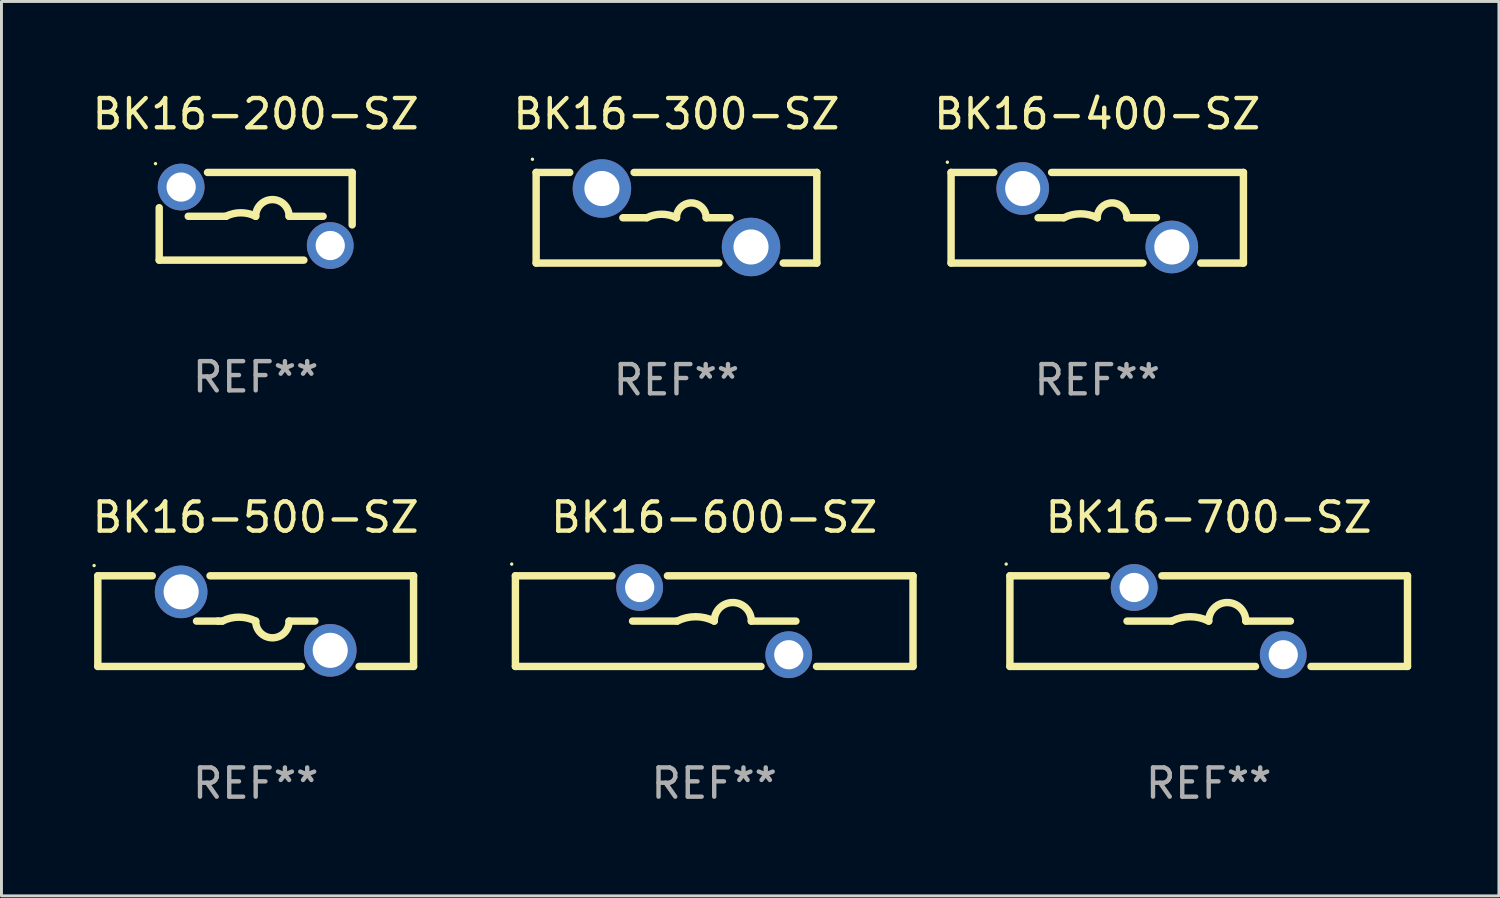
<source format=kicad_pcb>
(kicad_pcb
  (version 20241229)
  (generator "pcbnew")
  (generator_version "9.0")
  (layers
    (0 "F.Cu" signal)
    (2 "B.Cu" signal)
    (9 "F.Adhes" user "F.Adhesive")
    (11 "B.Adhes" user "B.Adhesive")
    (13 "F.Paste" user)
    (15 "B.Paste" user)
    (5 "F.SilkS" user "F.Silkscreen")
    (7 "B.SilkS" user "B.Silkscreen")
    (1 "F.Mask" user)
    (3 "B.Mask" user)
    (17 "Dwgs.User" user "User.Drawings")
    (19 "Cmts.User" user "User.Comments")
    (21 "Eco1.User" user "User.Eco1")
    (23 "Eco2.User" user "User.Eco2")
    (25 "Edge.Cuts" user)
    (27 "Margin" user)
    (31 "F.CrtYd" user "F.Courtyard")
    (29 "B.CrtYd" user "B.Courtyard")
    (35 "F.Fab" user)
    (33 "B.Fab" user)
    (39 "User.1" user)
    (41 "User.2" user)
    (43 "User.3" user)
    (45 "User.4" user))
  (footprint "BK16-600-SZ"
    (layer "F.Cu")
    (at 21.38 18.195)
    (property "Reference" "BK16-600-SZ" (at 0 -3.55 0) (layer "F.SilkS") (effects (font (size 1 1) (thickness 0.15))))
    (attr through_hole)
    (fp_line (start -6.8 -1.55) (end -3.5 -1.55) (stroke (width 0.254) (type solid)) (layer "F.SilkS"))
    (fp_line (start -6.8 1.55) (end -6.8 -1.55) (stroke (width 0.254) (type solid)) (layer "F.SilkS"))
    (fp_line (start -6.8 1.55) (end 1.6 1.55) (stroke (width 0.254) (type solid)) (layer "F.SilkS"))
    (fp_line (start -2.794 0) (end -1.27 0) (stroke (width 0.254) (type solid)) (layer "F.SilkS"))
    (fp_line (start -1.6 -1.55) (end 6.8 -1.55) (stroke (width 0.254) (type solid)) (layer "F.SilkS"))
    (fp_line (start 2.794 0) (end 1.27 0) (stroke (width 0.254) (type solid)) (layer "F.SilkS"))
    (fp_line (start 3.5 1.55) (end 6.8 1.55) (stroke (width 0.254) (type solid)) (layer "F.SilkS"))
    (fp_line (start 6.8 -1.55) (end 6.8 1.55) (stroke (width 0.254) (type solid)) (layer "F.SilkS"))
    (fp_arc (start -1.270003 0) (mid -0.635002 -0.149901) (end 0 -0.000001) (stroke (width 0.254001) (type solid)) (layer "F.SilkS"))
    (fp_arc (start -0.000001 0) (mid 0.635001 -0.635002) (end 1.270003 0) (stroke (width 0.254001) (type solid)) (layer "F.SilkS"))
    (fp_circle (center -6.927 -1.95) (end -6.897 -1.95) (stroke (width 0.06) (type solid)) (fill no) (layer "F.SilkS"))
    (fp_text user "REF**" (at 0 5.55 0) (layer "F.Fab") (effects (font (size 1 1) (thickness 0.15))))
    (pad "1" thru_hole circle (at -2.55 -1.15) (size 1.6 1.6) (drill 1) (layers "*.Cu" "*.Mask"))
    (pad "2" thru_hole circle (at 2.55 1.15) (size 1.6 1.6) (drill 1) (layers "*.Cu" "*.Mask")))
  (footprint "BK16-700-SZ"
    (layer "F.Cu")
    (at 38.294 18.195)
    (property "Reference" "BK16-700-SZ" (at 0 -3.55 0) (layer "F.SilkS") (effects (font (size 1 1) (thickness 0.15))))
    (attr through_hole)
    (fp_line (start -6.8 -1.55) (end -3.5 -1.55) (stroke (width 0.254) (type solid)) (layer "F.SilkS"))
    (fp_line (start -6.8 1.55) (end -6.8 -1.55) (stroke (width 0.254) (type solid)) (layer "F.SilkS"))
    (fp_line (start -6.8 1.55) (end 1.6 1.55) (stroke (width 0.254) (type solid)) (layer "F.SilkS"))
    (fp_line (start -2.794 0) (end -1.27 0) (stroke (width 0.254) (type solid)) (layer "F.SilkS"))
    (fp_line (start -1.6 -1.55) (end 6.8 -1.55) (stroke (width 0.254) (type solid)) (layer "F.SilkS"))
    (fp_line (start 2.794 0) (end 1.27 0) (stroke (width 0.254) (type solid)) (layer "F.SilkS"))
    (fp_line (start 3.5 1.55) (end 6.8 1.55) (stroke (width 0.254) (type solid)) (layer "F.SilkS"))
    (fp_line (start 6.8 -1.55) (end 6.8 1.55) (stroke (width 0.254) (type solid)) (layer "F.SilkS"))
    (fp_arc (start -1.270003 0) (mid -0.635002 -0.149901) (end 0 -0.000001) (stroke (width 0.254001) (type solid)) (layer "F.SilkS"))
    (fp_arc (start -0.000001 0) (mid 0.635001 -0.635002) (end 1.270003 0) (stroke (width 0.254001) (type solid)) (layer "F.SilkS"))
    (fp_circle (center -6.927 -1.95) (end -6.897 -1.95) (stroke (width 0.06) (type solid)) (fill no) (layer "F.SilkS"))
    (fp_text user "REF**" (at 0 5.55 0) (layer "F.Fab") (effects (font (size 1 1) (thickness 0.15))))
    (pad "1" thru_hole circle (at -2.55 -1.15) (size 1.6 1.6) (drill 1) (layers "*.Cu" "*.Mask"))
    (pad "2" thru_hole circle (at 2.55 1.15) (size 1.6 1.6) (drill 1) (layers "*.Cu" "*.Mask")))
  (footprint "BK16-200-SZ"
    (layer "F.Cu")
    (at 5.696 4.348)
    (property "Reference" "BK16-200-SZ" (at 0 -3.5 0) (layer "F.SilkS") (effects (font (size 1 1) (thickness 0.15))))
    (attr through_hole)
    (fp_line (start -3.3 1.5) (end -3.3 -0.294) (stroke (width 0.254) (type solid)) (layer "F.SilkS"))
    (fp_line (start -2.307 0) (end -1.016 0) (stroke (width 0.254) (type solid)) (layer "F.SilkS"))
    (fp_line (start -1.648 -1.5) (end 3.3 -1.5) (stroke (width 0.254) (type solid)) (layer "F.SilkS"))
    (fp_line (start 1.648 1.5) (end -3.3 1.5) (stroke (width 0.254) (type solid)) (layer "F.SilkS"))
    (fp_line (start 2.306 0) (end 1.143 0) (stroke (width 0.254) (type solid)) (layer "F.SilkS"))
    (fp_line (start 3.3 -1.5) (end 3.3 0.294) (stroke (width 0.254) (type solid)) (layer "F.SilkS"))
    (fp_arc (start -1.016015 0) (mid -0.508014 -0.119923) (end -0.000013 0) (stroke (width 0.254001) (type solid)) (layer "F.SilkS"))
    (fp_arc (start -0.000266 0.000508) (mid 0.571108 -0.57112) (end 1.14299 0) (stroke (width 0.254001) (type solid)) (layer "F.SilkS"))
    (fp_circle (center -3.427 -1.8) (end -3.397 -1.8) (stroke (width 0.06) (type solid)) (fill no) (layer "F.SilkS"))
    (fp_text user "REF**" (at 0 5.5 0) (layer "F.Fab") (effects (font (size 1 1) (thickness 0.15))))
    (pad "1" thru_hole circle (at -2.55 -1) (size 1.6 1.6) (drill 1) (layers "*.Cu" "*.Mask"))
    (pad "2" thru_hole circle (at 2.55 1) (size 1.6 1.6) (drill 1) (layers "*.Cu" "*.Mask")))
  (footprint "BK16-500-SZ"
    (layer "F.Cu")
    (at 5.696 18.195)
    (property "Reference" "BK16-500-SZ" (at 0 -3.55 0) (layer "F.SilkS") (effects (font (size 1 1) (thickness 0.15))))
    (attr through_hole)
    (fp_line (start -5.4 -1.55) (end -3.538 -1.55) (stroke (width 0.254) (type solid)) (layer "F.SilkS"))
    (fp_line (start -5.4 1.55) (end -5.4 -1.55) (stroke (width 0.254) (type solid)) (layer "F.SilkS"))
    (fp_line (start -5.4 1.55) (end 1.562 1.55) (stroke (width 0.254) (type solid)) (layer "F.SilkS"))
    (fp_line (start -2.024 0) (end -1.143 0) (stroke (width 0.254) (type solid)) (layer "F.SilkS"))
    (fp_line (start -1.562 -1.55) (end 5.4 -1.55) (stroke (width 0.254) (type solid)) (layer "F.SilkS"))
    (fp_line (start 2.024 0) (end 1.143 0) (stroke (width 0.254) (type solid)) (layer "F.SilkS"))
    (fp_line (start 3.538 1.55) (end 5.4 1.55) (stroke (width 0.254) (type solid)) (layer "F.SilkS"))
    (fp_line (start 5.4 -1.55) (end 5.4 1.55) (stroke (width 0.254) (type solid)) (layer "F.SilkS"))
    (fp_arc (start -1.285243 0) (mid -1.280061 -0.005182) (end -1.274879 0) (stroke (width 0.254001) (type solid)) (layer "F.SilkS"))
    (fp_arc (start -1.143002 0) (mid -0.571501 -0.134913) (end 0 0) (stroke (width 0.254001) (type solid)) (layer "F.SilkS"))
    (fp_arc (start 1.143002 0) (mid 0.571501 0.571501) (end 0 0) (stroke (width 0.254001) (type solid)) (layer "F.SilkS"))
    (fp_circle (center -5.527 -1.9) (end -5.497 -1.9) (stroke (width 0.06) (type solid)) (fill no) (layer "F.SilkS"))
    (fp_text user "REF**" (at 0 5.55 0) (layer "F.Fab") (effects (font (size 1 1) (thickness 0.15))))
    (pad "1" thru_hole circle (at -2.55 -1) (size 1.8 1.8) (drill 1.2) (layers "*.Cu" "*.Mask"))
    (pad "2" thru_hole circle (at 2.55 1) (size 1.8 1.8) (drill 1.2) (layers "*.Cu" "*.Mask")))
  (footprint "BK16-400-SZ"
    (layer "F.Cu")
    (at 34.482 4.398)
    (property "Reference" "BK16-400-SZ" (at 0 -3.55 0) (layer "F.SilkS") (effects (font (size 1 1) (thickness 0.15))))
    (attr through_hole)
    (fp_line (start -5 1.55) (end -5 -1.55) (stroke (width 0.254) (type solid)) (layer "F.SilkS"))
    (fp_line (start -5 1.55) (end 1.562 1.55) (stroke (width 0.254) (type solid)) (layer "F.SilkS"))
    (fp_line (start -5 -1.55) (end -3.538 -1.55) (stroke (width 0.254) (type solid)) (layer "F.SilkS"))
    (fp_line (start -2.024 0) (end -1.143 0) (stroke (width 0.254) (type solid)) (layer "F.SilkS"))
    (fp_line (start -1.562 -1.55) (end 5 -1.55) (stroke (width 0.254) (type solid)) (layer "F.SilkS"))
    (fp_line (start 2.024 0) (end 1.016 0) (stroke (width 0.254) (type solid)) (layer "F.SilkS"))
    (fp_line (start 3.538 1.55) (end 5 1.55) (stroke (width 0.254) (type solid)) (layer "F.SilkS"))
    (fp_line (start 5 -1.55) (end 5 1.55) (stroke (width 0.254) (type solid)) (layer "F.SilkS"))
    (fp_arc (start -1.143002 0) (mid -0.571501 -0.134913) (end 0 0) (stroke (width 0.254001) (type solid)) (layer "F.SilkS"))
    (fp_arc (start 0 0) (mid 0.508001 -0.508001) (end 1.016002 0) (stroke (width 0.254001) (type solid)) (layer "F.SilkS"))
    (fp_circle (center -5.127 -1.9) (end -5.097 -1.9) (stroke (width 0.06) (type solid)) (fill no) (layer "F.SilkS"))
    (fp_text user "REF**" (at 0 5.55 0) (layer "F.Fab") (effects (font (size 1 1) (thickness 0.15))))
    (pad "1" thru_hole circle (at -2.55 -1) (size 1.8 1.8) (drill 1.2) (layers "*.Cu" "*.Mask"))
    (pad "2" thru_hole circle (at 2.55 1) (size 1.8 1.8) (drill 1.2) (layers "*.Cu" "*.Mask")))
  (footprint "BK16-300-SZ"
    (layer "F.Cu")
    (at 20.089 4.398)
    (property "Reference" "BK16-300-SZ" (at 0 -3.55 0) (layer "F.SilkS") (effects (font (size 1 1) (thickness 0.15))))
    (attr through_hole)
    (fp_line (start -4.8 -1.55) (end -3.651 -1.55) (stroke (width 0.254) (type solid)) (layer "F.SilkS"))
    (fp_line (start -4.8 1.55) (end -4.8 -1.55) (stroke (width 0.254) (type solid)) (layer "F.SilkS"))
    (fp_line (start -4.8 1.55) (end 1.449 1.55) (stroke (width 0.254) (type solid)) (layer "F.SilkS"))
    (fp_line (start -1.834 0) (end -1.016 0) (stroke (width 0.254) (type solid)) (layer "F.SilkS"))
    (fp_line (start -1.449 -1.55) (end 4.8 -1.55) (stroke (width 0.254) (type solid)) (layer "F.SilkS"))
    (fp_line (start 1.834 0) (end 1.016 0) (stroke (width 0.254) (type solid)) (layer "F.SilkS"))
    (fp_line (start 3.651 1.55) (end 4.8 1.55) (stroke (width 0.254) (type solid)) (layer "F.SilkS"))
    (fp_line (start 4.8 -1.55) (end 4.8 1.55) (stroke (width 0.254) (type solid)) (layer "F.SilkS"))
    (fp_arc (start -1.016002 0) (mid -0.508001 -0.119923) (end 0 0) (stroke (width 0.254001) (type solid)) (layer "F.SilkS"))
    (fp_arc (start 0 0) (mid 0.508001 -0.508001) (end 1.016002 0) (stroke (width 0.254001) (type solid)) (layer "F.SilkS"))
    (fp_circle (center -4.927 -2) (end -4.897 -2) (stroke (width 0.06) (type solid)) (fill no) (layer "F.SilkS"))
    (fp_text user "REF**" (at 0 5.55 0) (layer "F.Fab") (effects (font (size 1 1) (thickness 0.15))))
    (pad "1" thru_hole circle (at -2.55 -1) (size 2 2) (drill 1.2) (layers "*.Cu" "*.Mask"))
    (pad "2" thru_hole circle (at 2.55 1) (size 2 2) (drill 1.2) (layers "*.Cu" "*.Mask")))
  (gr_rect
    (start -3 -3)
    (end 48.221 27.593)
    (stroke (width 0.1) (type default))
    (fill no)
    (layer "Edge.Cuts")))
</source>
